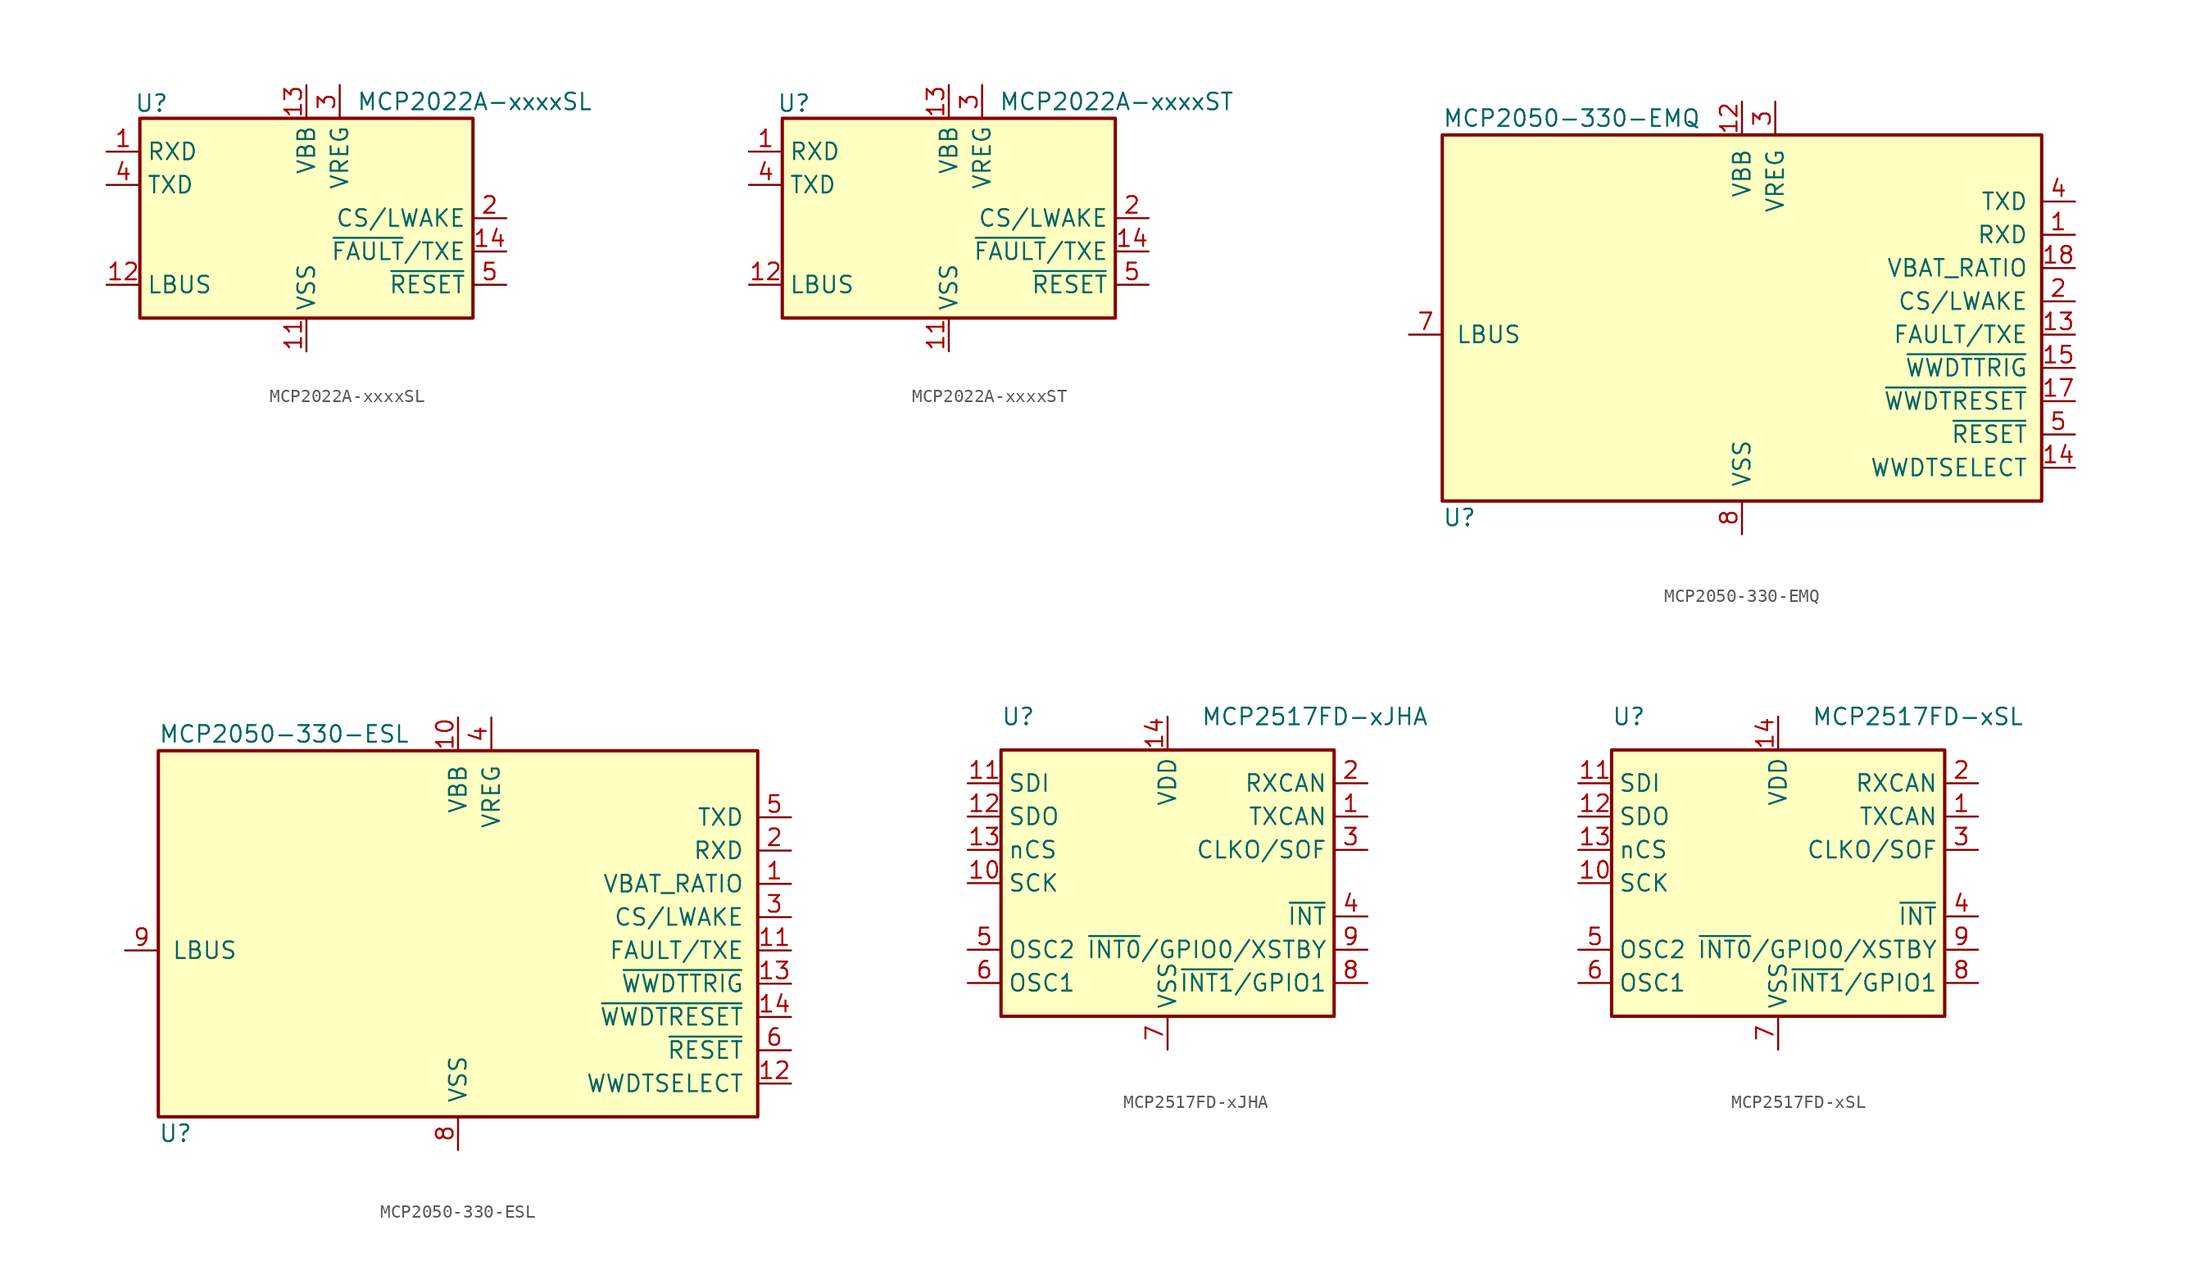
<source format=kicad_sym>
(kicad_symbol_lib
  (version 20211014)
  (generator kicad_symbol_editor)
  (symbol "MCP2022A-xxxxSL"
    (property "Reference" "U"
      (at -11.811 8.763 0)
      (effects (font (size 1.27 1.27))))
    (property "Value" "MCP2022A-xxxxSL"
      (at 3.81 8.89 0)
      (effects (font (size 1.27 1.27)) (justify left)))
    (symbol "MCP2022A-xxxxSL_0_1"
      (rectangle (start -12.7 7.62) (end 12.7 -7.62) (stroke (width 0.254) (type default) (color 0 0 0 0)) (fill (type background))))
    (symbol "MCP2022A-xxxxSL_1_1"
      (pin output line (at -15.24 5.08 0) (length 2.54) (name "RXD" (effects (font (size 1.27 1.27)))) (number "1" (effects (font (size 1.27 1.27)))))
      (pin no_connect line (at -10.16 -7.62 90) (length 2.54) hide (name "NC" (effects (font (size 1.27 1.27)))) (number "10" (effects (font (size 1.27 1.27)))))
      (pin power_in line (at 0 -10.16 90) (length 2.54) (name "VSS" (effects (font (size 1.27 1.27)))) (number "11" (effects (font (size 1.27 1.27)))))
      (pin open_collector line (at -15.24 -5.08 0) (length 2.54) (name "LBUS" (effects (font (size 1.27 1.27)))) (number "12" (effects (font (size 1.27 1.27)))))
      (pin power_in line (at 0 10.16 270) (length 2.54) (name "VBB" (effects (font (size 1.27 1.27)))) (number "13" (effects (font (size 1.27 1.27)))))
      (pin open_collector line (at 15.24 -2.54 180) (length 2.54) (name "~{FAULT}/TXE" (effects (font (size 1.27 1.27)))) (number "14" (effects (font (size 1.27 1.27)))))
      (pin input line (at 15.24 0 180) (length 2.54) (name "CS/LWAKE" (effects (font (size 1.27 1.27)))) (number "2" (effects (font (size 1.27 1.27)))))
      (pin power_out line (at 2.54 10.16 270) (length 2.54) (name "VREG" (effects (font (size 1.27 1.27)))) (number "3" (effects (font (size 1.27 1.27)))))
      (pin input line (at -15.24 2.54 0) (length 2.54) (name "TXD" (effects (font (size 1.27 1.27)))) (number "4" (effects (font (size 1.27 1.27)))))
      (pin output line (at 15.24 -5.08 180) (length 2.54) (name "~{RESET}" (effects (font (size 1.27 1.27)))) (number "5" (effects (font (size 1.27 1.27)))))
      (pin no_connect line (at 2.54 -7.62 90) (length 2.54) hide (name "NC" (effects (font (size 1.27 1.27)))) (number "6" (effects (font (size 1.27 1.27)))))
      (pin no_connect line (at -2.54 -7.62 90) (length 2.54) hide (name "NC" (effects (font (size 1.27 1.27)))) (number "7" (effects (font (size 1.27 1.27)))))
      (pin no_connect line (at -5.08 -7.62 90) (length 2.54) hide (name "NC" (effects (font (size 1.27 1.27)))) (number "8" (effects (font (size 1.27 1.27)))))
      (pin no_connect line (at -7.62 -7.62 90) (length 2.54) hide (name "NC" (effects (font (size 1.27 1.27)))) (number "9" (effects (font (size 1.27 1.27)))))))
  (symbol "MCP2022A-xxxxST"
    (property "Reference" "U"
      (at -11.811 8.763 0)
      (effects (font (size 1.27 1.27))))
    (property "Value" "MCP2022A-xxxxST"
      (at 3.81 8.89 0)
      (effects (font (size 1.27 1.27)) (justify left)))
    (symbol "MCP2022A-xxxxST_0_1"
      (rectangle (start -12.7 7.62) (end 12.7 -7.62) (stroke (width 0.254) (type default) (color 0 0 0 0)) (fill (type background))))
    (symbol "MCP2022A-xxxxST_1_1"
      (pin output line (at -15.24 5.08 0) (length 2.54) (name "RXD" (effects (font (size 1.27 1.27)))) (number "1" (effects (font (size 1.27 1.27)))))
      (pin no_connect line (at -10.16 -7.62 90) (length 2.54) hide (name "NC" (effects (font (size 1.27 1.27)))) (number "10" (effects (font (size 1.27 1.27)))))
      (pin power_in line (at 0 -10.16 90) (length 2.54) (name "VSS" (effects (font (size 1.27 1.27)))) (number "11" (effects (font (size 1.27 1.27)))))
      (pin open_collector line (at -15.24 -5.08 0) (length 2.54) (name "LBUS" (effects (font (size 1.27 1.27)))) (number "12" (effects (font (size 1.27 1.27)))))
      (pin power_in line (at 0 10.16 270) (length 2.54) (name "VBB" (effects (font (size 1.27 1.27)))) (number "13" (effects (font (size 1.27 1.27)))))
      (pin open_collector line (at 15.24 -2.54 180) (length 2.54) (name "~{FAULT}/TXE" (effects (font (size 1.27 1.27)))) (number "14" (effects (font (size 1.27 1.27)))))
      (pin input line (at 15.24 0 180) (length 2.54) (name "CS/LWAKE" (effects (font (size 1.27 1.27)))) (number "2" (effects (font (size 1.27 1.27)))))
      (pin power_out line (at 2.54 10.16 270) (length 2.54) (name "VREG" (effects (font (size 1.27 1.27)))) (number "3" (effects (font (size 1.27 1.27)))))
      (pin input line (at -15.24 2.54 0) (length 2.54) (name "TXD" (effects (font (size 1.27 1.27)))) (number "4" (effects (font (size 1.27 1.27)))))
      (pin output line (at 15.24 -5.08 180) (length 2.54) (name "~{RESET}" (effects (font (size 1.27 1.27)))) (number "5" (effects (font (size 1.27 1.27)))))
      (pin no_connect line (at 2.54 -7.62 90) (length 2.54) hide (name "NC" (effects (font (size 1.27 1.27)))) (number "6" (effects (font (size 1.27 1.27)))))
      (pin no_connect line (at -2.54 -7.62 90) (length 2.54) hide (name "NC" (effects (font (size 1.27 1.27)))) (number "7" (effects (font (size 1.27 1.27)))))
      (pin no_connect line (at -5.08 -7.62 90) (length 2.54) hide (name "NC" (effects (font (size 1.27 1.27)))) (number "8" (effects (font (size 1.27 1.27)))))
      (pin no_connect line (at -7.62 -7.62 90) (length 2.54) hide (name "NC" (effects (font (size 1.27 1.27)))) (number "9" (effects (font (size 1.27 1.27)))))))
  (symbol "MCP2050-330-EMQ"
    (pin_names
      (offset 1.016))
    (property "Reference" "U"
      (at -22.86 -13.97 0)
      (effects (font (size 1.27 1.27)) (justify left)))
    (property "Value" "MCP2050-330-EMQ"
      (at -22.86 16.51 0)
      (effects (font (size 1.27 1.27)) (justify left)))
    (symbol "MCP2050-330-EMQ_0_1"
      (rectangle (start -22.86 15.24) (end 22.86 -12.7) (stroke (width 0.254) (type default) (color 0 0 0 0)) (fill (type background))))
    (symbol "MCP2050-330-EMQ_1_1"
      (pin output line (at 25.4 7.62 180) (length 2.54) (name "RXD" (effects (font (size 1.27 1.27)))) (number "1" (effects (font (size 1.27 1.27)))))
      (pin no_connect line (at -25.4 7.62 0) (length 2.54) hide (name "NC" (effects (font (size 1.27 1.27)))) (number "10" (effects (font (size 1.27 1.27)))))
      (pin no_connect line (at -25.4 5.08 0) (length 2.54) hide (name "NC" (effects (font (size 1.27 1.27)))) (number "11" (effects (font (size 1.27 1.27)))))
      (pin power_in line (at 0 17.78 270) (length 2.54) (name "VBB" (effects (font (size 1.27 1.27)))) (number "12" (effects (font (size 1.27 1.27)))))
      (pin open_collector line (at 25.4 0 180) (length 2.54) (name "FAULT/TXE" (effects (font (size 1.27 1.27)))) (number "13" (effects (font (size 1.27 1.27)))))
      (pin input line (at 25.4 -10.16 180) (length 2.54) (name "WWDTSELECT" (effects (font (size 1.27 1.27)))) (number "14" (effects (font (size 1.27 1.27)))))
      (pin input line (at 25.4 -2.54 180) (length 2.54) (name "~{WWDTTRIG}" (effects (font (size 1.27 1.27)))) (number "15" (effects (font (size 1.27 1.27)))))
      (pin no_connect line (at -25.4 2.54 0) (length 2.54) hide (name "NC" (effects (font (size 1.27 1.27)))) (number "16" (effects (font (size 1.27 1.27)))))
      (pin output line (at 25.4 -5.08 180) (length 2.54) (name "~{WWDTRESET}" (effects (font (size 1.27 1.27)))) (number "17" (effects (font (size 1.27 1.27)))))
      (pin output line (at 25.4 5.08 180) (length 2.54) (name "VBAT_RATIO" (effects (font (size 1.27 1.27)))) (number "18" (effects (font (size 1.27 1.27)))))
      (pin no_connect line (at -25.4 -2.54 0) (length 2.54) hide (name "NC" (effects (font (size 1.27 1.27)))) (number "19" (effects (font (size 1.27 1.27)))))
      (pin input line (at 25.4 2.54 180) (length 2.54) (name "CS/LWAKE" (effects (font (size 1.27 1.27)))) (number "2" (effects (font (size 1.27 1.27)))))
      (pin no_connect line (at -25.4 -5.08 0) (length 2.54) hide (name "NC" (effects (font (size 1.27 1.27)))) (number "20" (effects (font (size 1.27 1.27)))))
      (pin no_connect line (at -25.4 -7.62 0) (length 2.54) hide (name "PAD" (effects (font (size 1.27 1.27)))) (number "21" (effects (font (size 1.27 1.27)))))
      (pin power_out line (at 2.54 17.78 270) (length 2.54) (name "VREG" (effects (font (size 1.27 1.27)))) (number "3" (effects (font (size 1.27 1.27)))))
      (pin input line (at 25.4 10.16 180) (length 2.54) (name "TXD" (effects (font (size 1.27 1.27)))) (number "4" (effects (font (size 1.27 1.27)))))
      (pin output line (at 25.4 -7.62 180) (length 2.54) (name "~{RESET}" (effects (font (size 1.27 1.27)))) (number "5" (effects (font (size 1.27 1.27)))))
      (pin no_connect line (at -25.4 12.7 0) (length 2.54) hide (name "NC" (effects (font (size 1.27 1.27)))) (number "6" (effects (font (size 1.27 1.27)))))
      (pin open_collector line (at -25.4 0 0) (length 2.54) (name "LBUS" (effects (font (size 1.27 1.27)))) (number "7" (effects (font (size 1.27 1.27)))))
      (pin power_in line (at 0 -15.24 90) (length 2.54) (name "VSS" (effects (font (size 1.27 1.27)))) (number "8" (effects (font (size 1.27 1.27)))))
      (pin no_connect line (at -25.4 10.16 0) (length 2.54) hide (name "NC" (effects (font (size 1.27 1.27)))) (number "9" (effects (font (size 1.27 1.27)))))))
  (symbol "MCP2050-330-ESL"
    (pin_names
      (offset 1.016))
    (property "Reference" "U"
      (at -22.86 -13.97 0)
      (effects (font (size 1.27 1.27)) (justify left)))
    (property "Value" "MCP2050-330-ESL"
      (at -22.86 16.51 0)
      (effects (font (size 1.27 1.27)) (justify left)))
    (symbol "MCP2050-330-ESL_0_1"
      (rectangle (start -22.86 15.24) (end 22.86 -12.7) (stroke (width 0.254) (type default) (color 0 0 0 0)) (fill (type background))))
    (symbol "MCP2050-330-ESL_1_1"
      (pin output line (at 25.4 5.08 180) (length 2.54) (name "VBAT_RATIO" (effects (font (size 1.27 1.27)))) (number "1" (effects (font (size 1.27 1.27)))))
      (pin power_in line (at 0 17.78 270) (length 2.54) (name "VBB" (effects (font (size 1.27 1.27)))) (number "10" (effects (font (size 1.27 1.27)))))
      (pin open_collector line (at 25.4 0 180) (length 2.54) (name "FAULT/TXE" (effects (font (size 1.27 1.27)))) (number "11" (effects (font (size 1.27 1.27)))))
      (pin input line (at 25.4 -10.16 180) (length 2.54) (name "WWDTSELECT" (effects (font (size 1.27 1.27)))) (number "12" (effects (font (size 1.27 1.27)))))
      (pin input line (at 25.4 -2.54 180) (length 2.54) (name "~{WWDTTRIG}" (effects (font (size 1.27 1.27)))) (number "13" (effects (font (size 1.27 1.27)))))
      (pin output line (at 25.4 -5.08 180) (length 2.54) (name "~{WWDTRESET}" (effects (font (size 1.27 1.27)))) (number "14" (effects (font (size 1.27 1.27)))))
      (pin output line (at 25.4 7.62 180) (length 2.54) (name "RXD" (effects (font (size 1.27 1.27)))) (number "2" (effects (font (size 1.27 1.27)))))
      (pin input line (at 25.4 2.54 180) (length 2.54) (name "CS/LWAKE" (effects (font (size 1.27 1.27)))) (number "3" (effects (font (size 1.27 1.27)))))
      (pin power_out line (at 2.54 17.78 270) (length 2.54) (name "VREG" (effects (font (size 1.27 1.27)))) (number "4" (effects (font (size 1.27 1.27)))))
      (pin input line (at 25.4 10.16 180) (length 2.54) (name "TXD" (effects (font (size 1.27 1.27)))) (number "5" (effects (font (size 1.27 1.27)))))
      (pin output line (at 25.4 -7.62 180) (length 2.54) (name "~{RESET}" (effects (font (size 1.27 1.27)))) (number "6" (effects (font (size 1.27 1.27)))))
      (pin no_connect line (at -25.4 -7.62 0) (length 2.54) hide (name "NC" (effects (font (size 1.27 1.27)))) (number "7" (effects (font (size 1.27 1.27)))))
      (pin power_in line (at 0 -15.24 90) (length 2.54) (name "VSS" (effects (font (size 1.27 1.27)))) (number "8" (effects (font (size 1.27 1.27)))))
      (pin open_collector line (at -25.4 0 0) (length 2.54) (name "LBUS" (effects (font (size 1.27 1.27)))) (number "9" (effects (font (size 1.27 1.27)))))))
  (symbol "MCP2517FD-xJHA"
    (property "Reference" "U"
      (at -12.7 12.7 0)
      (effects (font (size 1.27 1.27)) (justify left)))
    (property "Value" "MCP2517FD-xJHA"
      (at 2.54 12.7 0)
      (effects (font (size 1.27 1.27)) (justify left)))
    (symbol "MCP2517FD-xJHA_0_1"
      (rectangle (start -12.7 10.16) (end 12.7 -10.16) (stroke (width 0.254) (type default) (color 0 0 0 0)) (fill (type background))))
    (symbol "MCP2517FD-xJHA_1_1"
      (pin output line (at 15.24 5.08 180) (length 2.54) (name "TXCAN" (effects (font (size 1.27 1.27)))) (number "1" (effects (font (size 1.27 1.27)))))
      (pin input line (at -15.24 0 0) (length 2.54) (name "SCK" (effects (font (size 1.27 1.27)))) (number "10" (effects (font (size 1.27 1.27)))))
      (pin input line (at -15.24 7.62 0) (length 2.54) (name "SDI" (effects (font (size 1.27 1.27)))) (number "11" (effects (font (size 1.27 1.27)))))
      (pin output line (at -15.24 5.08 0) (length 2.54) (name "SDO" (effects (font (size 1.27 1.27)))) (number "12" (effects (font (size 1.27 1.27)))))
      (pin input line (at -15.24 2.54 0) (length 2.54) (name "nCS" (effects (font (size 1.27 1.27)))) (number "13" (effects (font (size 1.27 1.27)))))
      (pin power_in line (at 0 12.7 270) (length 2.54) (name "VDD" (effects (font (size 1.27 1.27)))) (number "14" (effects (font (size 1.27 1.27)))))
      (pin passive line (at 0 -12.7 90) (length 2.54) hide (name "VSS" (effects (font (size 1.27 1.27)))) (number "15" (effects (font (size 1.27 1.27)))))
      (pin input line (at 15.24 7.62 180) (length 2.54) (name "RXCAN" (effects (font (size 1.27 1.27)))) (number "2" (effects (font (size 1.27 1.27)))))
      (pin output line (at 15.24 2.54 180) (length 2.54) (name "CLKO/SOF" (effects (font (size 1.27 1.27)))) (number "3" (effects (font (size 1.27 1.27)))))
      (pin output line (at 15.24 -2.54 180) (length 2.54) (name "~{INT}" (effects (font (size 1.27 1.27)))) (number "4" (effects (font (size 1.27 1.27)))))
      (pin output line (at -15.24 -5.08 0) (length 2.54) (name "OSC2" (effects (font (size 1.27 1.27)))) (number "5" (effects (font (size 1.27 1.27)))))
      (pin input line (at -15.24 -7.62 0) (length 2.54) (name "OSC1" (effects (font (size 1.27 1.27)))) (number "6" (effects (font (size 1.27 1.27)))))
      (pin power_in line (at 0 -12.7 90) (length 2.54) (name "VSS" (effects (font (size 1.27 1.27)))) (number "7" (effects (font (size 1.27 1.27)))))
      (pin bidirectional line (at 15.24 -7.62 180) (length 2.54) (name "~{INT1}/GPIO1" (effects (font (size 1.27 1.27)))) (number "8" (effects (font (size 1.27 1.27)))))
      (pin bidirectional line (at 15.24 -5.08 180) (length 2.54) (name "~{INT0}/GPIO0/XSTBY" (effects (font (size 1.27 1.27)))) (number "9" (effects (font (size 1.27 1.27)))))))
  (symbol "MCP2517FD-xSL"
    (property "Reference" "U"
      (at -12.7 12.7 0)
      (effects (font (size 1.27 1.27)) (justify left)))
    (property "Value" "MCP2517FD-xSL"
      (at 2.54 12.7 0)
      (effects (font (size 1.27 1.27)) (justify left)))
    (symbol "MCP2517FD-xSL_0_1"
      (rectangle (start -12.7 10.16) (end 12.7 -10.16) (stroke (width 0.254) (type default) (color 0 0 0 0)) (fill (type background))))
    (symbol "MCP2517FD-xSL_1_1"
      (pin output line (at 15.24 5.08 180) (length 2.54) (name "TXCAN" (effects (font (size 1.27 1.27)))) (number "1" (effects (font (size 1.27 1.27)))))
      (pin input line (at -15.24 0 0) (length 2.54) (name "SCK" (effects (font (size 1.27 1.27)))) (number "10" (effects (font (size 1.27 1.27)))))
      (pin input line (at -15.24 7.62 0) (length 2.54) (name "SDI" (effects (font (size 1.27 1.27)))) (number "11" (effects (font (size 1.27 1.27)))))
      (pin output line (at -15.24 5.08 0) (length 2.54) (name "SDO" (effects (font (size 1.27 1.27)))) (number "12" (effects (font (size 1.27 1.27)))))
      (pin input line (at -15.24 2.54 0) (length 2.54) (name "nCS" (effects (font (size 1.27 1.27)))) (number "13" (effects (font (size 1.27 1.27)))))
      (pin power_in line (at 0 12.7 270) (length 2.54) (name "VDD" (effects (font (size 1.27 1.27)))) (number "14" (effects (font (size 1.27 1.27)))))
      (pin input line (at 15.24 7.62 180) (length 2.54) (name "RXCAN" (effects (font (size 1.27 1.27)))) (number "2" (effects (font (size 1.27 1.27)))))
      (pin output line (at 15.24 2.54 180) (length 2.54) (name "CLKO/SOF" (effects (font (size 1.27 1.27)))) (number "3" (effects (font (size 1.27 1.27)))))
      (pin output line (at 15.24 -2.54 180) (length 2.54) (name "~{INT}" (effects (font (size 1.27 1.27)))) (number "4" (effects (font (size 1.27 1.27)))))
      (pin output line (at -15.24 -5.08 0) (length 2.54) (name "OSC2" (effects (font (size 1.27 1.27)))) (number "5" (effects (font (size 1.27 1.27)))))
      (pin input line (at -15.24 -7.62 0) (length 2.54) (name "OSC1" (effects (font (size 1.27 1.27)))) (number "6" (effects (font (size 1.27 1.27)))))
      (pin power_in line (at 0 -12.7 90) (length 2.54) (name "VSS" (effects (font (size 1.27 1.27)))) (number "7" (effects (font (size 1.27 1.27)))))
      (pin bidirectional line (at 15.24 -7.62 180) (length 2.54) (name "~{INT1}/GPIO1" (effects (font (size 1.27 1.27)))) (number "8" (effects (font (size 1.27 1.27)))))
      (pin bidirectional line (at 15.24 -5.08 180) (length 2.54) (name "~{INT0}/GPIO0/XSTBY" (effects (font (size 1.27 1.27)))) (number "9" (effects (font (size 1.27 1.27))))))))
</source>
